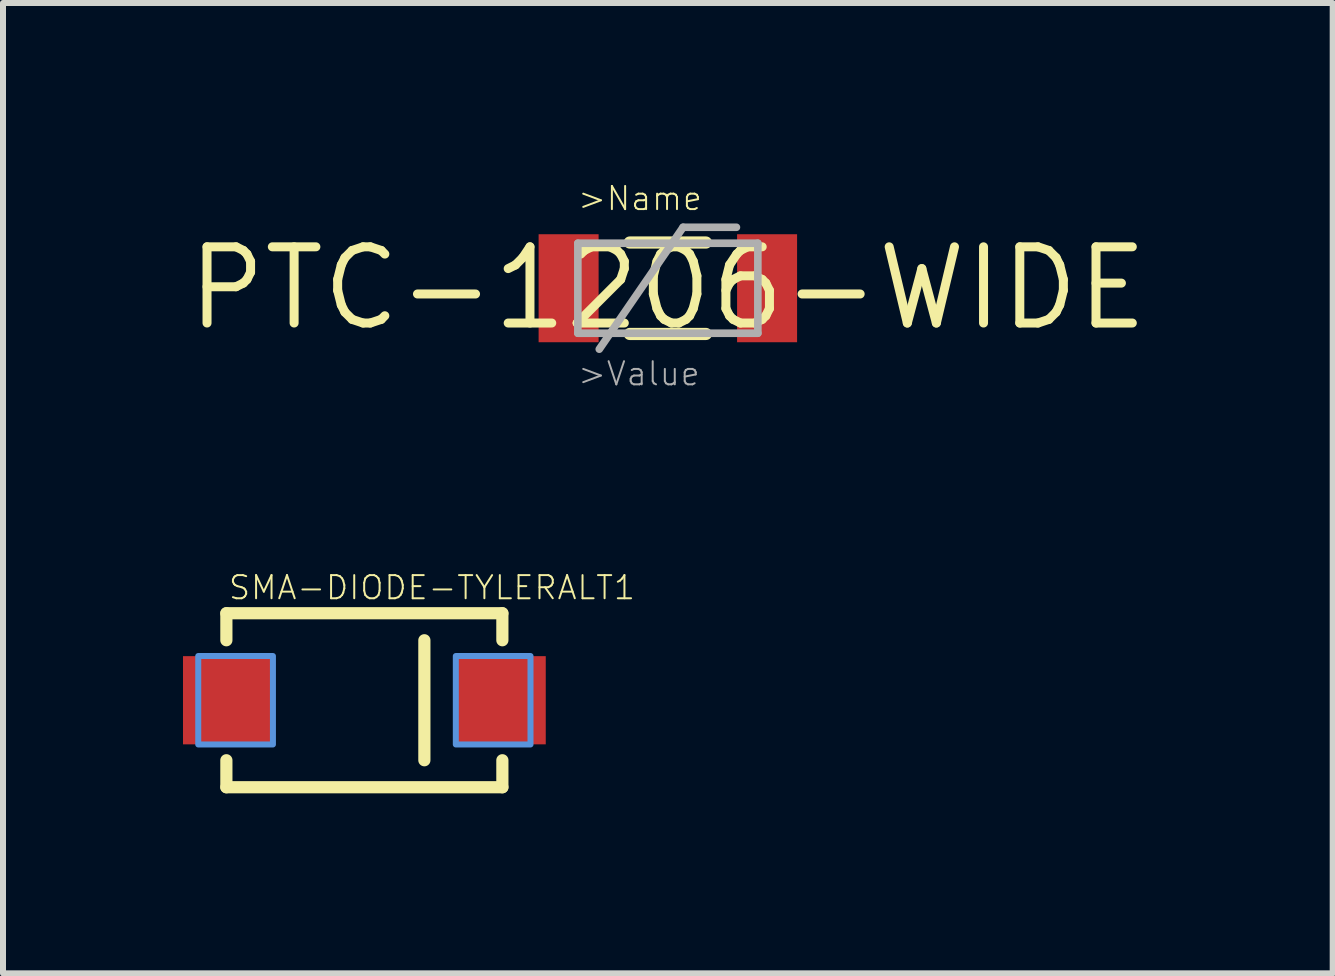
<source format=kicad_pcb>
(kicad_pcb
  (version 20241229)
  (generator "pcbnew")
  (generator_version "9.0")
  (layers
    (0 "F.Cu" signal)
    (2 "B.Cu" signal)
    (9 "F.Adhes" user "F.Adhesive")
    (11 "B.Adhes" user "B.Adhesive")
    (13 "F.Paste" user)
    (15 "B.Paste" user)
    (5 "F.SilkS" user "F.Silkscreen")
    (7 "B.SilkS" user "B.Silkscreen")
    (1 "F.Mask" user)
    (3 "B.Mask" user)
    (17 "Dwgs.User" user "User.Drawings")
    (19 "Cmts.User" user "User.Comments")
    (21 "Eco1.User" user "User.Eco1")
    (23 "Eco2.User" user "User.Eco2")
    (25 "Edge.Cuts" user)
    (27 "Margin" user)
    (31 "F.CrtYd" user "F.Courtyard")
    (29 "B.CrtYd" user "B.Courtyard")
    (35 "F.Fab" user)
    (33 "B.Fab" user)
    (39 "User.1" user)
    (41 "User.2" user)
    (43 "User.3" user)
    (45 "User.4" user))
  (footprint "PTC-1206-WIDE"
    (layer "F.Cu")
    (at 8.081 1.754)
    (property "Reference" "PTC-1206-WIDE" (at 0 0 0) (layer "F.SilkS") (effects (font (size 1.27 1.27) (thickness 0.15))))
    (attr through_hole)
    (fp_line (start -0.635 -0.762) (end 0.635 -0.762) (stroke (width 0.203) (type solid)) (layer "F.SilkS"))
    (fp_line (start 0.635 0.762) (end -0.635 0.762) (stroke (width 0.203) (type solid)) (layer "F.SilkS"))
    (fp_line (start -1.5 -0.75) (end 1.5 -0.75) (stroke (width 0.127) (type solid)) (layer "F.Fab"))
    (fp_line (start -1.5 0.75) (end -1.5 -0.75) (stroke (width 0.127) (type solid)) (layer "F.Fab"))
    (fp_line (start -1.143 1.016) (end 0.254 -1.016) (stroke (width 0.127) (type solid)) (layer "F.Fab"))
    (fp_line (start 0.254 -1.016) (end 1.143 -1.016) (stroke (width 0.127) (type solid)) (layer "F.Fab"))
    (fp_line (start 1.5 -0.75) (end 1.5 0.75) (stroke (width 0.127) (type solid)) (layer "F.Fab"))
    (fp_line (start 1.5 0.75) (end -1.5 0.75) (stroke (width 0.127) (type solid)) (layer "F.Fab"))
    (fp_text user ">Name" (at -1.524 -1.27 0) (layer "F.SilkS") (effects (font (size 0.386 0.386) (thickness 0.033)) (justify left bottom)))
    (fp_text user ">Value" (at -1.524 1.651 0) (layer "F.Fab") (effects (font (size 0.386 0.386) (thickness 0.033)) (justify left bottom)))
    (pad "1" smd rect (at -1.654 0) (size 1 1.8) (layers "F.Cu" "F.Mask" "F.Paste"))
    (pad "2" smd rect (at 1.654 0) (size 1 1.8) (layers "F.Cu" "F.Mask" "F.Paste")))
  (footprint "SMA-DIODE-TYLERALT1"
    (layer "F.Cu")
    (at 3.023 8.621)
    (property "Reference" "SMA-DIODE-TYLERALT1" (at -2.286 -1.651 0) (layer "F.SilkS") (effects (font (size 0.386 0.386) (thickness 0.033)) (justify left bottom)))
    (attr through_hole)
    (fp_line (start -2.3 -1.45) (end 2.3 -1.45) (stroke (width 0.203) (type solid)) (layer "F.SilkS"))
    (fp_line (start -2.3 -1) (end -2.3 -1.45) (stroke (width 0.203) (type solid)) (layer "F.SilkS"))
    (fp_line (start -2.3 1.45) (end -2.3 1) (stroke (width 0.203) (type solid)) (layer "F.SilkS"))
    (fp_line (start 1 -1) (end 1 1) (stroke (width 0.203) (type solid)) (layer "F.SilkS"))
    (fp_line (start 2.3 -1.45) (end 2.3 -1) (stroke (width 0.203) (type solid)) (layer "F.SilkS"))
    (fp_line (start 2.3 1) (end 2.3 1.45) (stroke (width 0.203) (type solid)) (layer "F.SilkS"))
    (fp_line (start 2.3 1.45) (end -2.3 1.45) (stroke (width 0.203) (type solid)) (layer "F.SilkS"))
    (fp_poly (pts (xy -2.769 0.737) (xy -1.524 0.737) (xy -1.524 -0.737) (xy -2.769 -0.737)) (stroke (width 0.1) (type solid)) (fill no) (layer "Cmts.User"))
    (fp_poly (pts (xy 1.524 0.737) (xy 2.769 0.737) (xy 2.769 -0.737) (xy 1.524 -0.737)) (stroke (width 0.1) (type solid)) (fill no) (layer "Cmts.User"))
    (pad "A" smd rect (at -2.261 0 180) (size 1.524 1.47) (layers "F.Cu" "F.Mask" "F.Paste"))
    (pad "C" smd rect (at 2.261 0) (size 1.524 1.47) (layers "F.Cu" "F.Mask" "F.Paste")))
  (gr_rect
    (start -3 -3)
    (end 19.162 13.173)
    (stroke (width 0.1) (type default))
    (fill no)
    (layer "Edge.Cuts")))
</source>
